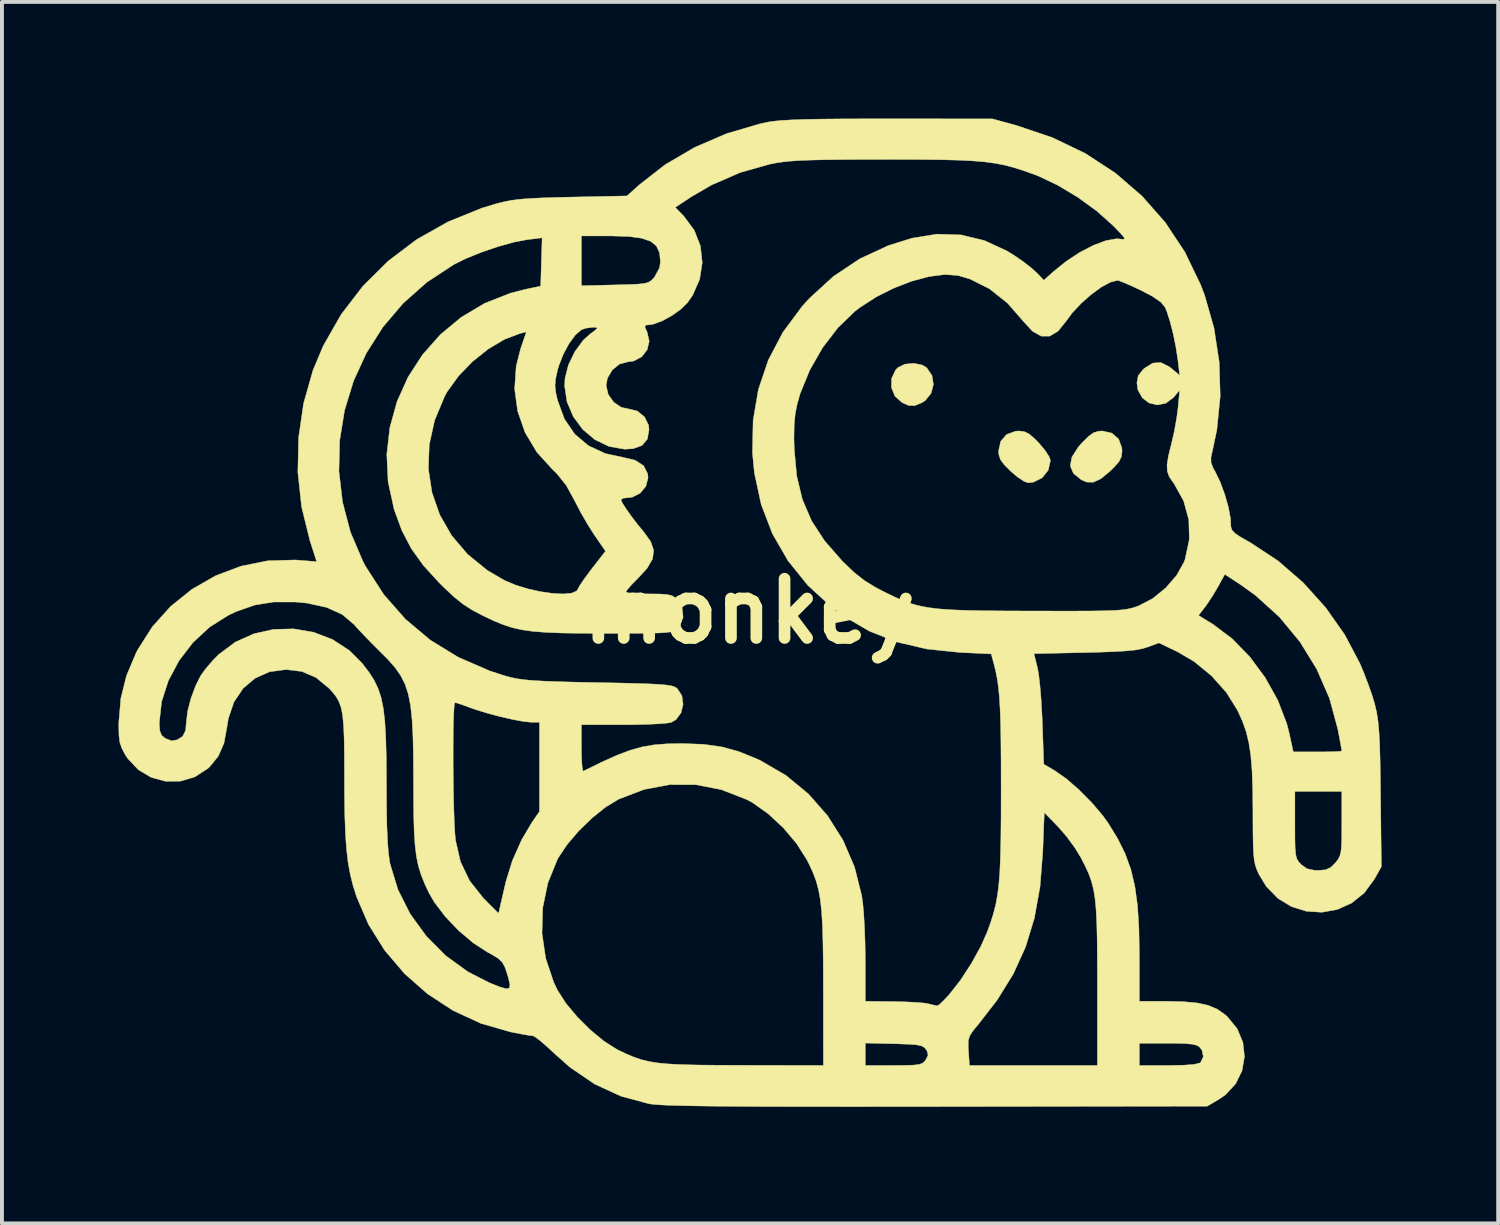
<source format=kicad_pcb>
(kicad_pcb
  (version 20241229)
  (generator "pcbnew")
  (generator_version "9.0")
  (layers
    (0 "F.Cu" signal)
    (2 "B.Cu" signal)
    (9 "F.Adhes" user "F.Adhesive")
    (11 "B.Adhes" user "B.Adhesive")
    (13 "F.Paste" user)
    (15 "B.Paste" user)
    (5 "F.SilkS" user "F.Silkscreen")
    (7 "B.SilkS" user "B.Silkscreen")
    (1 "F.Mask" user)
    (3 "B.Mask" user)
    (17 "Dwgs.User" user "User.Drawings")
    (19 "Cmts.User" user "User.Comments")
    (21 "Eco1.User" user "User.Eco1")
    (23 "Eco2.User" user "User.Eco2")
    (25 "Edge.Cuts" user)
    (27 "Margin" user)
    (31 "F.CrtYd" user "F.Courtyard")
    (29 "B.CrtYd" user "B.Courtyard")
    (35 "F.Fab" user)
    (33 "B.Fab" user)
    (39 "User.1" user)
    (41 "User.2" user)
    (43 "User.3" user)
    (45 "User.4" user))
  (footprint "monkey"
    (layer "F.Cu")
    (at 16.223 12.671)
    (property "Reference" "monkey" (at 0 0 0) (layer "F.SilkS") (effects (font (size 1.524 1.524) (thickness 0.3))))
    (attr through_hole)
    (fp_poly (pts (xy 4.449 -6.332) (xy 4.561 -6.265) (xy 4.699 -6.064) (xy 4.736 -5.831) (xy 4.675 -5.603) (xy 4.524 -5.417) (xy 4.439 -5.363) (xy 4.253 -5.287) (xy 4.099 -5.291) (xy 3.93 -5.366) (xy 3.749 -5.528) (xy 3.657 -5.747) (xy 3.659 -5.983) (xy 3.761 -6.2) (xy 3.821 -6.265) (xy 4.001 -6.354) (xy 4.23 -6.376) (xy 4.449 -6.332)) (stroke (width 0.01) (type solid)) (fill yes) (layer "F.SilkS"))
    (fp_poly (pts (xy 9.325 -4.581) (xy 9.499 -4.43) (xy 9.583 -4.2) (xy 9.588 -4.116) (xy 9.572 -3.975) (xy 9.51 -3.848) (xy 9.38 -3.699) (xy 9.274 -3.596) (xy 9.041 -3.406) (xy 8.849 -3.317) (xy 8.672 -3.322) (xy 8.541 -3.379) (xy 8.338 -3.544) (xy 8.256 -3.738) (xy 8.297 -3.962) (xy 8.46 -4.219) (xy 8.549 -4.321) (xy 8.724 -4.495) (xy 8.856 -4.591) (xy 8.985 -4.63) (xy 9.078 -4.636) (xy 9.325 -4.581)) (stroke (width 0.01) (type solid)) (fill yes) (layer "F.SilkS"))
    (fp_poly (pts (xy 7.074 -4.619) (xy 7.201 -4.557) (xy 7.35 -4.427) (xy 7.453 -4.321) (xy 7.603 -4.142) (xy 7.709 -3.982) (xy 7.747 -3.879) (xy 7.69 -3.628) (xy 7.535 -3.433) (xy 7.311 -3.319) (xy 7.17 -3.302) (xy 7.061 -3.344) (xy 6.899 -3.452) (xy 6.728 -3.596) (xy 6.554 -3.771) (xy 6.458 -3.903) (xy 6.419 -4.032) (xy 6.413 -4.125) (xy 6.468 -4.372) (xy 6.619 -4.546) (xy 6.849 -4.63) (xy 6.933 -4.636) (xy 7.074 -4.619)) (stroke (width 0.01) (type solid)) (fill yes) (layer "F.SilkS"))
    (fp_poly (pts (xy 6.255 -12.663) (xy 6.863 -12.497) (xy 7.792 -12.184) (xy 8.645 -11.774) (xy 9.417 -11.269) (xy 10.104 -10.676) (xy 10.702 -9.996) (xy 11.205 -9.236) (xy 11.609 -8.398) (xy 11.712 -8.129) (xy 11.953 -7.284) (xy 12.087 -6.409) (xy 12.113 -5.528) (xy 12.027 -4.667) (xy 11.919 -4.153) (xy 11.875 -3.956) (xy 11.878 -3.819) (xy 11.933 -3.679) (xy 11.984 -3.588) (xy 12.114 -3.318) (xy 12.232 -2.997) (xy 12.324 -2.672) (xy 12.376 -2.391) (xy 12.383 -2.287) (xy 12.387 -2.173) (xy 12.416 -2.087) (xy 12.489 -2.007) (xy 12.627 -1.913) (xy 12.852 -1.784) (xy 12.906 -1.753) (xy 13.6 -1.296) (xy 14.244 -0.737) (xy 14.823 -0.096) (xy 15.316 0.605) (xy 15.707 1.346) (xy 15.812 1.598) (xy 15.923 1.889) (xy 16.011 2.137) (xy 16.08 2.361) (xy 16.133 2.58) (xy 16.17 2.816) (xy 16.196 3.086) (xy 16.214 3.412) (xy 16.225 3.812) (xy 16.233 4.307) (xy 16.237 4.699) (xy 16.258 6.572) (xy 16.082 6.887) (xy 15.818 7.247) (xy 15.491 7.509) (xy 15.122 7.674) (xy 14.729 7.744) (xy 14.332 7.719) (xy 13.948 7.6) (xy 13.597 7.387) (xy 13.299 7.082) (xy 13.106 6.763) (xy 13.055 6.649) (xy 13.017 6.539) (xy 12.99 6.412) (xy 12.972 6.247) (xy 12.961 6.025) (xy 12.956 5.725) (xy 12.954 5.326) (xy 12.954 5.144) (xy 12.949 4.636) (xy 14.034 4.636) (xy 14.034 5.496) (xy 14.035 5.843) (xy 14.04 6.086) (xy 14.054 6.251) (xy 14.08 6.359) (xy 14.121 6.435) (xy 14.181 6.503) (xy 14.189 6.512) (xy 14.342 6.622) (xy 14.537 6.665) (xy 14.628 6.668) (xy 14.828 6.651) (xy 14.965 6.585) (xy 15.076 6.472) (xy 15.143 6.386) (xy 15.189 6.3) (xy 15.218 6.187) (xy 15.233 6.024) (xy 15.239 5.784) (xy 15.24 5.456) (xy 15.24 4.636) (xy 14.034 4.636) (xy 12.949 4.636) (xy 12.948 4.567) (xy 12.931 4.096) (xy 12.899 3.707) (xy 12.849 3.38) (xy 12.778 3.092) (xy 12.682 2.822) (xy 12.56 2.554) (xy 12.273 2.091) (xy 11.889 1.661) (xy 11.44 1.293) (xy 11.024 1.049) (xy 10.537 0.815) (xy 10.238 0.925) (xy 10.101 0.966) (xy 9.927 0.998) (xy 9.697 1.022) (xy 9.392 1.04) (xy 8.992 1.055) (xy 8.63 1.064) (xy 7.322 1.092) (xy 7.412 1.451) (xy 7.445 1.639) (xy 7.477 1.922) (xy 7.506 2.27) (xy 7.528 2.652) (xy 7.538 2.872) (xy 7.574 3.935) (xy 7.852 4.098) (xy 8.152 4.307) (xy 8.481 4.593) (xy 8.805 4.92) (xy 9.091 5.256) (xy 9.232 5.452) (xy 9.477 5.851) (xy 9.669 6.241) (xy 9.815 6.643) (xy 9.918 7.08) (xy 9.986 7.575) (xy 10.022 8.151) (xy 10.033 8.824) (xy 10.033 10.033) (xy 10.697 10.033) (xy 11.16 10.043) (xy 11.522 10.076) (xy 11.806 10.139) (xy 12.036 10.237) (xy 12.236 10.376) (xy 12.297 10.43) (xy 12.551 10.741) (xy 12.697 11.092) (xy 12.737 11.459) (xy 12.674 11.821) (xy 12.511 12.155) (xy 12.249 12.438) (xy 12.079 12.555) (xy 11.779 12.732) (xy 4.826 12.742) (xy 3.671 12.743) (xy 2.637 12.744) (xy 1.717 12.743) (xy 0.906 12.742) (xy 0.196 12.74) (xy -0.417 12.736) (xy -0.94 12.731) (xy -1.381 12.725) (xy -1.743 12.718) (xy -2.035 12.71) (xy -2.262 12.7) (xy -2.431 12.688) (xy -2.547 12.675) (xy -2.573 12.671) (xy -3.297 12.477) (xy -3.975 12.165) (xy -4.609 11.734) (xy -5.006 11.382) (xy -5.212 11.191) (xy -5.39 11.038) (xy -5.519 10.943) (xy -5.568 10.922) (xy -5.67 10.91) (xy -5.859 10.877) (xy -6.097 10.831) (xy -6.146 10.821) (xy -6.904 10.603) (xy -7.619 10.272) (xy -8.278 9.842) (xy -8.868 9.322) (xy -9.378 8.724) (xy -9.794 8.059) (xy -10.1 7.349) (xy -10.192 7.059) (xy -10.264 6.769) (xy -10.32 6.461) (xy -10.36 6.114) (xy -10.388 5.709) (xy -10.405 5.228) (xy -10.413 4.651) (xy -10.414 4.248) (xy -10.415 3.71) (xy -10.421 3.281) (xy -10.435 2.946) (xy -10.459 2.687) (xy -10.497 2.488) (xy -10.552 2.331) (xy -10.626 2.2) (xy -10.723 2.077) (xy -10.814 1.979) (xy -11.145 1.706) (xy -11.51 1.55) (xy -11.912 1.501) (xy -12.338 1.558) (xy -12.712 1.724) (xy -13.022 1.987) (xy -13.255 2.336) (xy -13.4 2.76) (xy -13.434 2.974) (xy -13.512 3.395) (xy -13.657 3.728) (xy -13.88 4.003) (xy -13.929 4.047) (xy -14.266 4.265) (xy -14.636 4.373) (xy -15.016 4.375) (xy -15.384 4.275) (xy -15.717 4.077) (xy -15.991 3.785) (xy -16.054 3.687) (xy -16.14 3.526) (xy -16.19 3.377) (xy -16.213 3.197) (xy -16.218 2.943) (xy -16.217 2.869) (xy -15.177 2.869) (xy -15.164 3.071) (xy -15.115 3.192) (xy -15.026 3.27) (xy -14.859 3.335) (xy -14.717 3.309) (xy -14.573 3.218) (xy -14.499 3.066) (xy -14.478 2.832) (xy -14.447 2.571) (xy -14.365 2.254) (xy -14.247 1.932) (xy -14.12 1.674) (xy -13.988 1.487) (xy -13.804 1.272) (xy -13.648 1.114) (xy -13.221 0.795) (xy -12.743 0.58) (xy -12.235 0.467) (xy -11.716 0.454) (xy -11.206 0.541) (xy -10.723 0.726) (xy -10.288 1.009) (xy -9.956 1.342) (xy -9.79 1.558) (xy -9.656 1.765) (xy -9.551 1.98) (xy -9.471 2.219) (xy -9.413 2.501) (xy -9.374 2.84) (xy -9.35 3.255) (xy -9.337 3.762) (xy -9.333 4.378) (xy -9.333 4.432) (xy -9.33 5.028) (xy -9.322 5.51) (xy -9.306 5.894) (xy -9.284 6.194) (xy -9.254 6.423) (xy -9.239 6.503) (xy -9.036 7.165) (xy -8.721 7.789) (xy -8.307 8.359) (xy -7.809 8.86) (xy -7.239 9.274) (xy -6.68 9.56) (xy -6.414 9.666) (xy -6.249 9.712) (xy -6.168 9.692) (xy -6.157 9.599) (xy -6.199 9.424) (xy -6.221 9.35) (xy -6.285 9.157) (xy -6.355 9.028) (xy -6.462 8.928) (xy -6.638 8.822) (xy -6.738 8.768) (xy -7.104 8.53) (xy -7.396 8.282) (xy -5.332 8.282) (xy -5.237 8.93) (xy -5.029 9.549) (xy -4.934 9.747) (xy -4.72 10.082) (xy -4.427 10.433) (xy -4.089 10.77) (xy -3.737 11.06) (xy -3.404 11.272) (xy -3.365 11.292) (xy -3.155 11.391) (xy -2.963 11.471) (xy -2.775 11.535) (xy -2.573 11.584) (xy -2.342 11.621) (xy -2.065 11.646) (xy -1.725 11.663) (xy -1.308 11.673) (xy -0.796 11.678) (xy -0.175 11.68) (xy 1.905 11.684) (xy 2.985 11.684) (xy 3.711 11.684) (xy 4.027 11.682) (xy 4.24 11.674) (xy 4.376 11.656) (xy 4.46 11.624) (xy 4.515 11.572) (xy 4.536 11.544) (xy 4.599 11.422) (xy 4.574 11.316) (xy 4.548 11.274) (xy 4.499 11.218) (xy 4.478 11.207) (xy 5.631 11.207) (xy 5.638 11.319) (xy 5.663 11.684) (xy 8.954 11.684) (xy 8.954 11.113) (xy 10.033 11.113) (xy 10.033 11.684) (xy 10.782 11.684) (xy 11.176 11.677) (xy 11.446 11.656) (xy 11.59 11.62) (xy 11.608 11.608) (xy 11.679 11.458) (xy 11.643 11.29) (xy 11.584 11.212) (xy 11.512 11.167) (xy 11.388 11.137) (xy 11.19 11.12) (xy 10.896 11.113) (xy 10.759 11.113) (xy 10.033 11.113) (xy 8.954 11.113) (xy 8.954 9.602) (xy 8.952 8.97) (xy 8.948 8.449) (xy 8.938 8.024) (xy 8.92 7.677) (xy 8.893 7.393) (xy 8.855 7.157) (xy 8.802 6.951) (xy 8.734 6.76) (xy 8.647 6.568) (xy 8.541 6.36) (xy 8.535 6.347) (xy 8.37 6.078) (xy 8.157 5.789) (xy 7.949 5.549) (xy 7.588 5.179) (xy 7.549 6.193) (xy 7.478 7.09) (xy 7.332 7.898) (xy 7.106 8.639) (xy 6.79 9.333) (xy 6.377 10) (xy 5.91 10.603) (xy 5.756 10.79) (xy 5.669 10.924) (xy 5.633 11.048) (xy 5.631 11.207) (xy 4.478 11.207) (xy 4.424 11.179) (xy 4.299 11.154) (xy 4.101 11.139) (xy 3.806 11.128) (xy 3.723 11.126) (xy 2.985 11.108) (xy 2.985 11.684) (xy 1.905 11.684) (xy 1.904 9.7) (xy 1.902 9.054) (xy 1.895 8.519) (xy 1.882 8.079) (xy 1.86 7.717) (xy 1.827 7.418) (xy 1.782 7.166) (xy 1.721 6.943) (xy 1.644 6.735) (xy 1.547 6.524) (xy 1.483 6.397) (xy 1.218 5.978) (xy 0.874 5.57) (xy 0.484 5.208) (xy 0.081 4.923) (xy -0.067 4.844) (xy -0.719 4.59) (xy -1.381 4.462) (xy -2.045 4.461) (xy -2.708 4.586) (xy -3.364 4.837) (xy -3.365 4.838) (xy -3.694 5.038) (xy -4.045 5.32) (xy -4.387 5.652) (xy -4.687 6.004) (xy -4.913 6.342) (xy -4.934 6.382) (xy -5.18 6.987) (xy -5.313 7.627) (xy -5.332 8.282) (xy -7.396 8.282) (xy -7.475 8.216) (xy -7.817 7.858) (xy -8.097 7.491) (xy -8.243 7.239) (xy -8.355 6.998) (xy -8.443 6.776) (xy -8.511 6.554) (xy -8.561 6.313) (xy -8.596 6.033) (xy -8.619 5.695) (xy -8.631 5.28) (xy -8.636 4.769) (xy -8.637 4.416) (xy -8.64 3.768) (xy -8.645 3.532) (xy -7.617 3.532) (xy -7.617 3.936) (xy -7.613 4.351) (xy -7.607 4.757) (xy -7.598 5.134) (xy -7.586 5.464) (xy -7.571 5.727) (xy -7.556 5.89) (xy -7.429 6.443) (xy -7.194 6.933) (xy -6.844 7.376) (xy -6.804 7.417) (xy -6.448 7.773) (xy -6.406 7.585) (xy -6.37 7.428) (xy -6.317 7.197) (xy -6.26 6.953) (xy -6.094 6.417) (xy -5.856 5.881) (xy -5.592 5.435) (xy -5.397 5.152) (xy -5.397 2.857) (xy -5.604 2.857) (xy -5.801 2.838) (xy -6.082 2.786) (xy -6.408 2.711) (xy -6.743 2.622) (xy -7.049 2.527) (xy -7.183 2.48) (xy -7.376 2.409) (xy -7.52 2.362) (xy -7.572 2.35) (xy -7.588 2.41) (xy -7.6 2.578) (xy -7.609 2.834) (xy -7.615 3.158) (xy -7.617 3.532) (xy -8.645 3.532) (xy -8.651 3.231) (xy -8.674 2.789) (xy -8.713 2.427) (xy -8.772 2.128) (xy -8.855 1.876) (xy -8.966 1.657) (xy -9.108 1.453) (xy -9.287 1.249) (xy -9.487 1.048) (xy -9.713 0.823) (xy -9.931 0.598) (xy -10.108 0.408) (xy -10.165 0.343) (xy -10.466 0.087) (xy -10.869 -0.097) (xy -11.375 -0.208) (xy -11.684 -0.237) (xy -12.233 -0.237) (xy -12.723 -0.157) (xy -13.204 0.012) (xy -13.398 0.104) (xy -13.883 0.41) (xy -14.311 0.807) (xy -14.668 1.272) (xy -14.941 1.784) (xy -15.115 2.322) (xy -15.176 2.864) (xy -15.177 2.869) (xy -16.217 2.869) (xy -16.217 2.857) (xy -16.165 2.242) (xy -16.02 1.66) (xy -15.772 1.071) (xy -15.736 1) (xy -15.355 0.401) (xy -14.884 -0.123) (xy -14.337 -0.563) (xy -13.728 -0.912) (xy -13.073 -1.159) (xy -12.388 -1.297) (xy -11.686 -1.318) (xy -11.613 -1.313) (xy -11.128 -1.275) (xy -11.305 -1.828) (xy -11.516 -2.685) (xy -11.611 -3.57) (xy -11.611 -3.6) (xy -10.555 -3.6) (xy -10.463 -2.81) (xy -10.258 -2.032) (xy -9.936 -1.277) (xy -9.87 -1.154) (xy -9.403 -0.43) (xy -8.848 0.202) (xy -8.208 0.741) (xy -7.482 1.186) (xy -6.672 1.537) (xy -6.255 1.671) (xy -6.11 1.709) (xy -5.956 1.739) (xy -5.775 1.764) (xy -5.551 1.784) (xy -5.266 1.799) (xy -4.904 1.813) (xy -4.449 1.825) (xy -3.896 1.836) (xy -3.347 1.847) (xy -2.911 1.858) (xy -2.574 1.869) (xy -2.322 1.882) (xy -2.14 1.898) (xy -2.014 1.917) (xy -1.931 1.941) (xy -1.876 1.971) (xy -1.855 1.988) (xy -1.734 2.172) (xy -1.703 2.394) (xy -1.755 2.612) (xy -1.883 2.787) (xy -2.002 2.858) (xy -2.119 2.879) (xy -2.338 2.897) (xy -2.635 2.911) (xy -2.982 2.919) (xy -3.243 2.921) (xy -4.318 2.921) (xy -4.318 3.53) (xy -4.313 3.787) (xy -4.301 3.985) (xy -4.283 4.098) (xy -4.27 4.114) (xy -3.794 3.881) (xy -3.4 3.704) (xy -3.062 3.576) (xy -2.754 3.49) (xy -2.447 3.437) (xy -2.116 3.411) (xy -1.734 3.404) (xy -1.714 3.404) (xy -1.175 3.424) (xy -0.71 3.489) (xy -0.272 3.609) (xy 0.187 3.795) (xy 0.293 3.844) (xy 0.945 4.225) (xy 1.521 4.7) (xy 2.012 5.259) (xy 2.41 5.889) (xy 2.706 6.577) (xy 2.891 7.312) (xy 2.918 7.502) (xy 2.942 7.759) (xy 2.962 8.105) (xy 2.977 8.498) (xy 2.984 8.901) (xy 2.985 9.031) (xy 2.985 10.033) (xy 3.699 10.041) (xy 4.008 10.048) (xy 4.288 10.062) (xy 4.503 10.08) (xy 4.604 10.097) (xy 4.751 10.133) (xy 4.836 10.152) (xy 4.897 10.112) (xy 5.013 10.001) (xy 5.142 9.861) (xy 5.432 9.491) (xy 5.715 9.057) (xy 5.96 8.612) (xy 6.12 8.25) (xy 6.208 8.007) (xy 6.28 7.778) (xy 6.339 7.549) (xy 6.384 7.303) (xy 6.419 7.025) (xy 6.444 6.699) (xy 6.46 6.31) (xy 6.471 5.842) (xy 6.476 5.28) (xy 6.477 4.607) (xy 6.477 4.552) (xy 6.476 3.891) (xy 6.472 3.343) (xy 6.464 2.89) (xy 6.451 2.519) (xy 6.433 2.212) (xy 6.408 1.955) (xy 6.376 1.733) (xy 6.335 1.529) (xy 6.286 1.333) (xy 6.223 1.099) (xy 5.414 1.061) (xy 4.566 0.973) (xy 3.795 0.793) (xy 3.09 0.514) (xy 2.435 0.132) (xy 2.404 0.108) (xy 11.556 0.108) (xy 11.931 0.34) (xy 12.421 0.708) (xy 12.875 1.175) (xy 13.273 1.713) (xy 13.596 2.294) (xy 13.825 2.892) (xy 13.886 3.13) (xy 13.992 3.619) (xy 14.616 3.619) (xy 14.88 3.617) (xy 15.089 3.611) (xy 15.215 3.602) (xy 15.24 3.595) (xy 15.229 3.525) (xy 15.2 3.362) (xy 15.157 3.134) (xy 15.139 3.039) (xy 14.926 2.248) (xy 14.597 1.492) (xy 14.164 0.788) (xy 13.636 0.15) (xy 13.023 -0.406) (xy 12.637 -0.683) (xy 12.231 -0.949) (xy 12.064 -0.644) (xy 11.931 -0.417) (xy 11.785 -0.196) (xy 11.727 -0.115) (xy 11.556 0.108) (xy 2.404 0.108) (xy 2.126 -0.097) (xy 1.506 -0.665) (xy 0.995 -1.299) (xy 0.594 -1.994) (xy 0.306 -2.747) (xy 0.131 -3.554) (xy 0.082 -4.069) (xy 0.089 -4.454) (xy 1.149 -4.454) (xy 1.157 -4.161) (xy 1.22 -3.479) (xy 1.365 -2.876) (xy 1.601 -2.326) (xy 1.94 -1.806) (xy 2.392 -1.289) (xy 2.416 -1.265) (xy 2.697 -0.996) (xy 2.956 -0.792) (xy 3.243 -0.615) (xy 3.495 -0.484) (xy 3.729 -0.371) (xy 3.941 -0.277) (xy 4.144 -0.201) (xy 4.356 -0.141) (xy 4.59 -0.095) (xy 4.861 -0.061) (xy 5.185 -0.037) (xy 5.576 -0.021) (xy 6.049 -0.012) (xy 6.62 -0.007) (xy 7.284 -0.005) (xy 7.897 -0.004) (xy 8.396 -0.004) (xy 8.796 -0.006) (xy 9.112 -0.011) (xy 9.356 -0.019) (xy 9.543 -0.031) (xy 9.688 -0.048) (xy 9.803 -0.07) (xy 9.903 -0.098) (xy 10.001 -0.133) (xy 10.014 -0.137) (xy 10.375 -0.325) (xy 10.711 -0.598) (xy 10.992 -0.923) (xy 11.185 -1.268) (xy 11.209 -1.334) (xy 11.318 -1.844) (xy 11.305 -2.35) (xy 11.173 -2.834) (xy 10.926 -3.28) (xy 10.894 -3.323) (xy 10.8 -3.464) (xy 10.751 -3.604) (xy 10.745 -3.771) (xy 10.782 -3.998) (xy 10.86 -4.314) (xy 10.861 -4.317) (xy 10.933 -4.63) (xy 10.994 -4.972) (xy 11.029 -5.238) (xy 11.07 -5.683) (xy 10.909 -5.496) (xy 10.713 -5.348) (xy 10.495 -5.305) (xy 10.283 -5.356) (xy 10.107 -5.49) (xy 9.995 -5.694) (xy 9.97 -5.872) (xy 10.004 -6.058) (xy 10.128 -6.216) (xy 10.165 -6.249) (xy 10.382 -6.383) (xy 10.589 -6.395) (xy 10.805 -6.287) (xy 10.864 -6.24) (xy 11.07 -6.067) (xy 11.026 -6.447) (xy 10.976 -6.777) (xy 10.906 -7.125) (xy 10.823 -7.45) (xy 10.739 -7.712) (xy 10.691 -7.825) (xy 10.581 -7.954) (xy 10.37 -8.099) (xy 10.075 -8.254) (xy 9.835 -8.366) (xy 9.633 -8.453) (xy 9.501 -8.503) (xy 9.47 -8.509) (xy 9.286 -8.462) (xy 9.052 -8.334) (xy 8.793 -8.145) (xy 8.535 -7.918) (xy 8.305 -7.671) (xy 8.146 -7.456) (xy 7.941 -7.202) (xy 7.728 -7.075) (xy 7.509 -7.075) (xy 7.284 -7.201) (xy 7.059 -7.446) (xy 6.642 -7.924) (xy 6.179 -8.292) (xy 5.679 -8.543) (xy 5.37 -8.635) (xy 5.032 -8.66) (xy 4.627 -8.608) (xy 4.18 -8.489) (xy 3.717 -8.31) (xy 3.264 -8.083) (xy 2.847 -7.814) (xy 2.718 -7.716) (xy 2.281 -7.294) (xy 1.887 -6.78) (xy 1.556 -6.203) (xy 1.308 -5.596) (xy 1.233 -5.336) (xy 1.182 -5.082) (xy 1.155 -4.8) (xy 1.149 -4.454) (xy 0.089 -4.454) (xy 0.098 -4.905) (xy 0.234 -5.704) (xy 0.49 -6.462) (xy 0.864 -7.173) (xy 1.354 -7.835) (xy 1.544 -8.045) (xy 2.162 -8.61) (xy 2.838 -9.062) (xy 3.576 -9.405) (xy 4.187 -9.595) (xy 4.829 -9.699) (xy 5.447 -9.679) (xy 6.046 -9.535) (xy 6.631 -9.264) (xy 6.822 -9.146) (xy 7.048 -8.99) (xy 7.256 -8.828) (xy 7.395 -8.702) (xy 7.577 -8.513) (xy 7.824 -8.736) (xy 8.153 -9.001) (xy 8.504 -9.231) (xy 8.853 -9.412) (xy 9.173 -9.532) (xy 9.44 -9.579) (xy 9.526 -9.575) (xy 9.618 -9.564) (xy 9.654 -9.579) (xy 9.625 -9.635) (xy 9.522 -9.749) (xy 9.354 -9.922) (xy 8.943 -10.289) (xy 8.455 -10.644) (xy 7.935 -10.956) (xy 7.427 -11.197) (xy 7.314 -11.24) (xy 7.052 -11.333) (xy 6.812 -11.409) (xy 6.579 -11.471) (xy 6.336 -11.519) (xy 6.069 -11.556) (xy 5.76 -11.582) (xy 5.395 -11.601) (xy 4.957 -11.612) (xy 4.432 -11.618) (xy 3.802 -11.62) (xy 3.471 -11.62) (xy 2.841 -11.619) (xy 2.322 -11.616) (xy 1.899 -11.611) (xy 1.558 -11.603) (xy 1.281 -11.592) (xy 1.055 -11.576) (xy 0.863 -11.556) (xy 0.691 -11.53) (xy 0.526 -11.498) (xy -0.231 -11.284) (xy -0.967 -10.965) (xy -1.478 -10.668) (xy -1.905 -10.387) (xy -1.686 -10.163) (xy -1.416 -9.8) (xy -1.257 -9.394) (xy -1.21 -8.967) (xy -1.276 -8.538) (xy -1.456 -8.128) (xy -1.588 -7.937) (xy -1.764 -7.764) (xy -1.999 -7.598) (xy -2.25 -7.462) (xy -2.478 -7.38) (xy -2.579 -7.366) (xy -2.671 -7.357) (xy -2.685 -7.308) (xy -2.629 -7.182) (xy -2.628 -7.18) (xy -2.574 -6.947) (xy -2.626 -6.726) (xy -2.765 -6.545) (xy -2.974 -6.434) (xy -3.125 -6.413) (xy -3.339 -6.356) (xy -3.524 -6.205) (xy -3.648 -5.996) (xy -3.683 -5.81) (xy -3.629 -5.577) (xy -3.488 -5.376) (xy -3.291 -5.243) (xy -3.12 -5.207) (xy -2.884 -5.15) (xy -2.697 -5) (xy -2.591 -4.787) (xy -2.578 -4.674) (xy -2.622 -4.426) (xy -2.758 -4.263) (xy -2.989 -4.18) (xy -3.206 -4.167) (xy -3.606 -4.237) (xy -3.971 -4.412) (xy -4.283 -4.675) (xy -4.528 -5.006) (xy -4.689 -5.386) (xy -4.75 -5.795) (xy -4.74 -5.987) (xy -4.653 -6.332) (xy -4.488 -6.675) (xy -4.271 -6.97) (xy -4.102 -7.123) (xy -3.958 -7.23) (xy -3.908 -7.283) (xy -3.946 -7.301) (xy -4.027 -7.303) (xy -4.205 -7.279) (xy -4.32 -7.238) (xy -4.473 -7.106) (xy -4.635 -6.885) (xy -4.784 -6.609) (xy -4.9 -6.314) (xy -4.928 -6.216) (xy -4.982 -5.98) (xy -4.997 -5.8) (xy -4.975 -5.613) (xy -4.931 -5.422) (xy -4.756 -4.945) (xy -4.49 -4.555) (xy -4.137 -4.257) (xy -3.703 -4.055) (xy -3.255 -3.959) (xy -2.933 -3.882) (xy -2.719 -3.742) (xy -2.615 -3.539) (xy -2.603 -3.429) (xy -2.661 -3.211) (xy -2.809 -3.033) (xy -3.013 -2.932) (xy -3.109 -2.921) (xy -3.244 -2.906) (xy -3.302 -2.868) (xy -3.302 -2.867) (xy -3.265 -2.783) (xy -3.167 -2.63) (xy -3.029 -2.435) (xy -2.87 -2.227) (xy -2.716 -2.041) (xy -2.536 -1.792) (xy -2.459 -1.566) (xy -2.488 -1.345) (xy -2.626 -1.107) (xy -2.875 -0.835) (xy -2.882 -0.828) (xy -3.033 -0.675) (xy -3.139 -0.553) (xy -3.175 -0.495) (xy -3.116 -0.473) (xy -2.958 -0.456) (xy -2.729 -0.446) (xy -2.583 -0.445) (xy -2.299 -0.442) (xy -2.111 -0.429) (xy -1.991 -0.4) (xy -1.908 -0.35) (xy -1.858 -0.302) (xy -1.728 -0.083) (xy -1.702 0.154) (xy -1.783 0.373) (xy -1.841 0.445) (xy -1.885 0.482) (xy -1.94 0.511) (xy -2.023 0.533) (xy -2.149 0.549) (xy -2.331 0.56) (xy -2.586 0.566) (xy -2.929 0.57) (xy -3.373 0.571) (xy -3.731 0.571) (xy -4.333 0.568) (xy -4.828 0.561) (xy -5.232 0.545) (xy -5.566 0.519) (xy -5.848 0.479) (xy -6.096 0.423) (xy -6.329 0.347) (xy -6.565 0.25) (xy -6.825 0.128) (xy -6.858 0.112) (xy -7.13 -0.032) (xy -7.365 -0.184) (xy -7.599 -0.372) (xy -7.866 -0.622) (xy -7.971 -0.727) (xy -8.38 -1.174) (xy -8.694 -1.611) (xy -8.936 -2.075) (xy -9.131 -2.604) (xy -9.138 -2.627) (xy -9.291 -3.332) (xy -9.306 -3.66) (xy -8.254 -3.66) (xy -8.162 -3.053) (xy -7.961 -2.477) (xy -7.654 -1.943) (xy -7.246 -1.464) (xy -6.74 -1.052) (xy -6.3 -0.794) (xy -6.016 -0.674) (xy -5.698 -0.576) (xy -5.37 -0.503) (xy -5.056 -0.458) (xy -4.78 -0.444) (xy -4.566 -0.465) (xy -4.439 -0.522) (xy -4.417 -0.556) (xy -4.363 -0.655) (xy -4.251 -0.822) (xy -4.1 -1.028) (xy -4.04 -1.106) (xy -3.698 -1.545) (xy -3.986 -1.963) (xy -4.162 -2.239) (xy -4.348 -2.563) (xy -4.503 -2.864) (xy -4.504 -2.866) (xy -4.713 -3.244) (xy -4.951 -3.541) (xy -5.059 -3.644) (xy -5.465 -4.091) (xy -5.767 -4.596) (xy -5.958 -5.144) (xy -6.036 -5.719) (xy -5.996 -6.304) (xy -5.882 -6.751) (xy -5.734 -7.184) (xy -5.897 -7.144) (xy -6.301 -6.99) (xy -6.718 -6.741) (xy -7.121 -6.419) (xy -7.48 -6.048) (xy -7.766 -5.652) (xy -7.833 -5.534) (xy -8.093 -4.912) (xy -8.232 -4.283) (xy -8.254 -3.66) (xy -9.306 -3.66) (xy -9.324 -4.036) (xy -9.245 -4.726) (xy -9.061 -5.391) (xy -8.779 -6.019) (xy -8.405 -6.597) (xy -7.947 -7.114) (xy -7.412 -7.559) (xy -6.808 -7.919) (xy -6.14 -8.182) (xy -5.747 -8.282) (xy -5.366 -8.361) (xy -5.329 -9.604) (xy -5.697 -9.559) (xy -6.047 -9.494) (xy -6.461 -9.379) (xy -6.894 -9.231) (xy -7.3 -9.066) (xy -7.6 -8.917) (xy -8.295 -8.46) (xy -8.904 -7.92) (xy -9.424 -7.309) (xy -9.85 -6.638) (xy -10.18 -5.92) (xy -10.41 -5.167) (xy -10.536 -4.389) (xy -10.555 -3.6) (xy -11.611 -3.6) (xy -11.593 -4.464) (xy -11.464 -5.346) (xy -11.223 -6.196) (xy -10.958 -6.827) (xy -10.497 -7.634) (xy -9.938 -8.362) (xy -9.29 -9.005) (xy -8.56 -9.558) (xy -8.393 -9.652) (xy -4.318 -9.652) (xy -4.318 -8.372) (xy -3.455 -8.393) (xy -3.109 -8.402) (xy -2.866 -8.413) (xy -2.704 -8.43) (xy -2.598 -8.458) (xy -2.525 -8.502) (xy -2.462 -8.566) (xy -2.439 -8.592) (xy -2.308 -8.833) (xy -2.286 -8.993) (xy -2.309 -9.221) (xy -2.389 -9.393) (xy -2.537 -9.515) (xy -2.769 -9.594) (xy -3.097 -9.638) (xy -3.536 -9.652) (xy -3.586 -9.652) (xy -4.318 -9.652) (xy -8.393 -9.652) (xy -7.753 -10.014) (xy -6.878 -10.369) (xy -6.509 -10.481) (xy -6.319 -10.529) (xy -6.128 -10.567) (xy -5.912 -10.595) (xy -5.65 -10.616) (xy -5.32 -10.632) (xy -4.898 -10.645) (xy -4.573 -10.652) (xy -3.146 -10.682) (xy -2.827 -10.969) (xy -2.161 -11.488) (xy -1.408 -11.929) (xy -0.591 -12.282) (xy 0.269 -12.535) (xy 0.476 -12.58) (xy 0.628 -12.603) (xy 0.83 -12.623) (xy 1.094 -12.638) (xy 1.432 -12.65) (xy 1.853 -12.658) (xy 2.37 -12.663) (xy 2.994 -12.665) (xy 3.588 -12.666) (xy 6.255 -12.663)) (stroke (width 0.01) (type solid)) (fill yes) (layer "F.SilkS")))
  (gr_rect
    (start -3 -3)
    (end 35.486 28.419)
    (stroke (width 0.1) (type default))
    (fill no)
    (layer "Edge.Cuts")))
</source>
